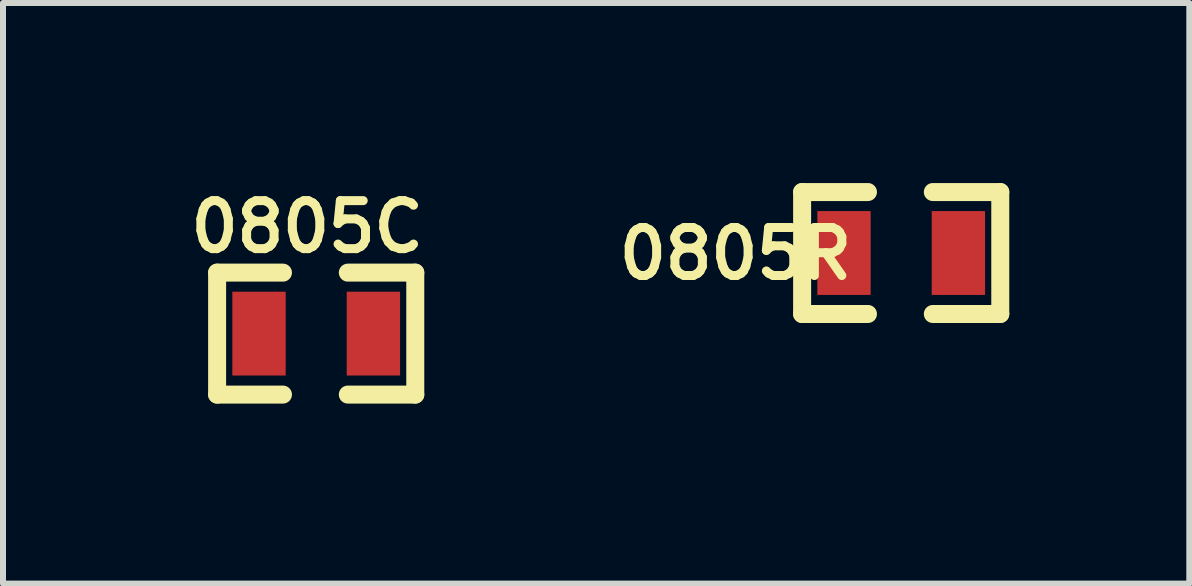
<source format=kicad_pcb>
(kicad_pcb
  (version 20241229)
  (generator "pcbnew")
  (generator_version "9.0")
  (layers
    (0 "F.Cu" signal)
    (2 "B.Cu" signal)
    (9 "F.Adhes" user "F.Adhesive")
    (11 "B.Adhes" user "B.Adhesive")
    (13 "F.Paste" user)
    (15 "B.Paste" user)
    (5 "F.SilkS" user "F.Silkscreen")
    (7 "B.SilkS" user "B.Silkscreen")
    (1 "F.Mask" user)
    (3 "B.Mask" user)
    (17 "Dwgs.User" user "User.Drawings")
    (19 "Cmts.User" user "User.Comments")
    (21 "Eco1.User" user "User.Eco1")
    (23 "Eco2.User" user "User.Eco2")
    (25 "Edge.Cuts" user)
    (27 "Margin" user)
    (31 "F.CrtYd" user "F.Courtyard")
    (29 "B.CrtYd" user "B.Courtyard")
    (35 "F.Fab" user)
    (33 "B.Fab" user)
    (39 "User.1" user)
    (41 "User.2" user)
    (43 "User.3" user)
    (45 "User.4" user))
  (footprint "0805R"
    (layer "F.Cu")
    (at 11.967 1.166)
    (property "Reference" "0805R" (at -2.761 0.013 180) (layer "F.SilkS") (effects (font (size 0.8 0.8) (thickness 0.15))))
    (attr smd)
    (fp_line (start -1.651 -1.016) (end -1.651 1.016) (stroke (width 0.3) (type solid)) (layer "F.SilkS"))
    (fp_line (start -1.651 1.016) (end -0.554 1.016) (stroke (width 0.3) (type solid)) (layer "F.SilkS"))
    (fp_line (start -0.554 -1.016) (end -1.651 -1.016) (stroke (width 0.3) (type solid)) (layer "F.SilkS"))
    (fp_line (start 0.527 -1.016) (end 1.651 -1.016) (stroke (width 0.3) (type solid)) (layer "F.SilkS"))
    (fp_line (start 1.651 -1.016) (end 1.651 1.016) (stroke (width 0.3) (type solid)) (layer "F.SilkS"))
    (fp_line (start 1.651 1.016) (end 0.527 1.016) (stroke (width 0.3) (type solid)) (layer "F.SilkS"))
    (pad "1" smd rect (at -0.953 0) (size 0.889 1.397) (layers "F.Cu" "F.Mask" "F.Paste"))
    (pad "2" smd rect (at 0.953 0) (size 0.889 1.397) (layers "F.Cu" "F.Mask" "F.Paste")))
  (footprint "0805C"
    (layer "F.Cu")
    (at 2.219 2.509)
    (property "Reference" "0805C" (at -0.15 -1.778 180) (layer "F.SilkS") (effects (font (size 0.8 0.8) (thickness 0.15))))
    (attr smd)
    (fp_line (start -1.651 -1.016) (end -1.651 1.016) (stroke (width 0.3) (type solid)) (layer "F.SilkS"))
    (fp_line (start -1.651 1.016) (end -0.554 1.016) (stroke (width 0.3) (type solid)) (layer "F.SilkS"))
    (fp_line (start -0.554 -1.016) (end -1.651 -1.016) (stroke (width 0.3) (type solid)) (layer "F.SilkS"))
    (fp_line (start 0.527 -1.016) (end 1.651 -1.016) (stroke (width 0.3) (type solid)) (layer "F.SilkS"))
    (fp_line (start 1.651 -1.016) (end 1.651 1.016) (stroke (width 0.3) (type solid)) (layer "F.SilkS"))
    (fp_line (start 1.651 1.016) (end 0.527 1.016) (stroke (width 0.3) (type solid)) (layer "F.SilkS"))
    (pad "1" smd rect (at -0.953 0) (size 0.889 1.397) (layers "F.Cu" "F.Mask" "F.Paste"))
    (pad "2" smd rect (at 0.953 0) (size 0.889 1.397) (layers "F.Cu" "F.Mask" "F.Paste")))
  (gr_rect
    (start -3 -3)
    (end 16.768 6.675)
    (stroke (width 0.1) (type default))
    (fill no)
    (layer "Edge.Cuts")))
</source>
